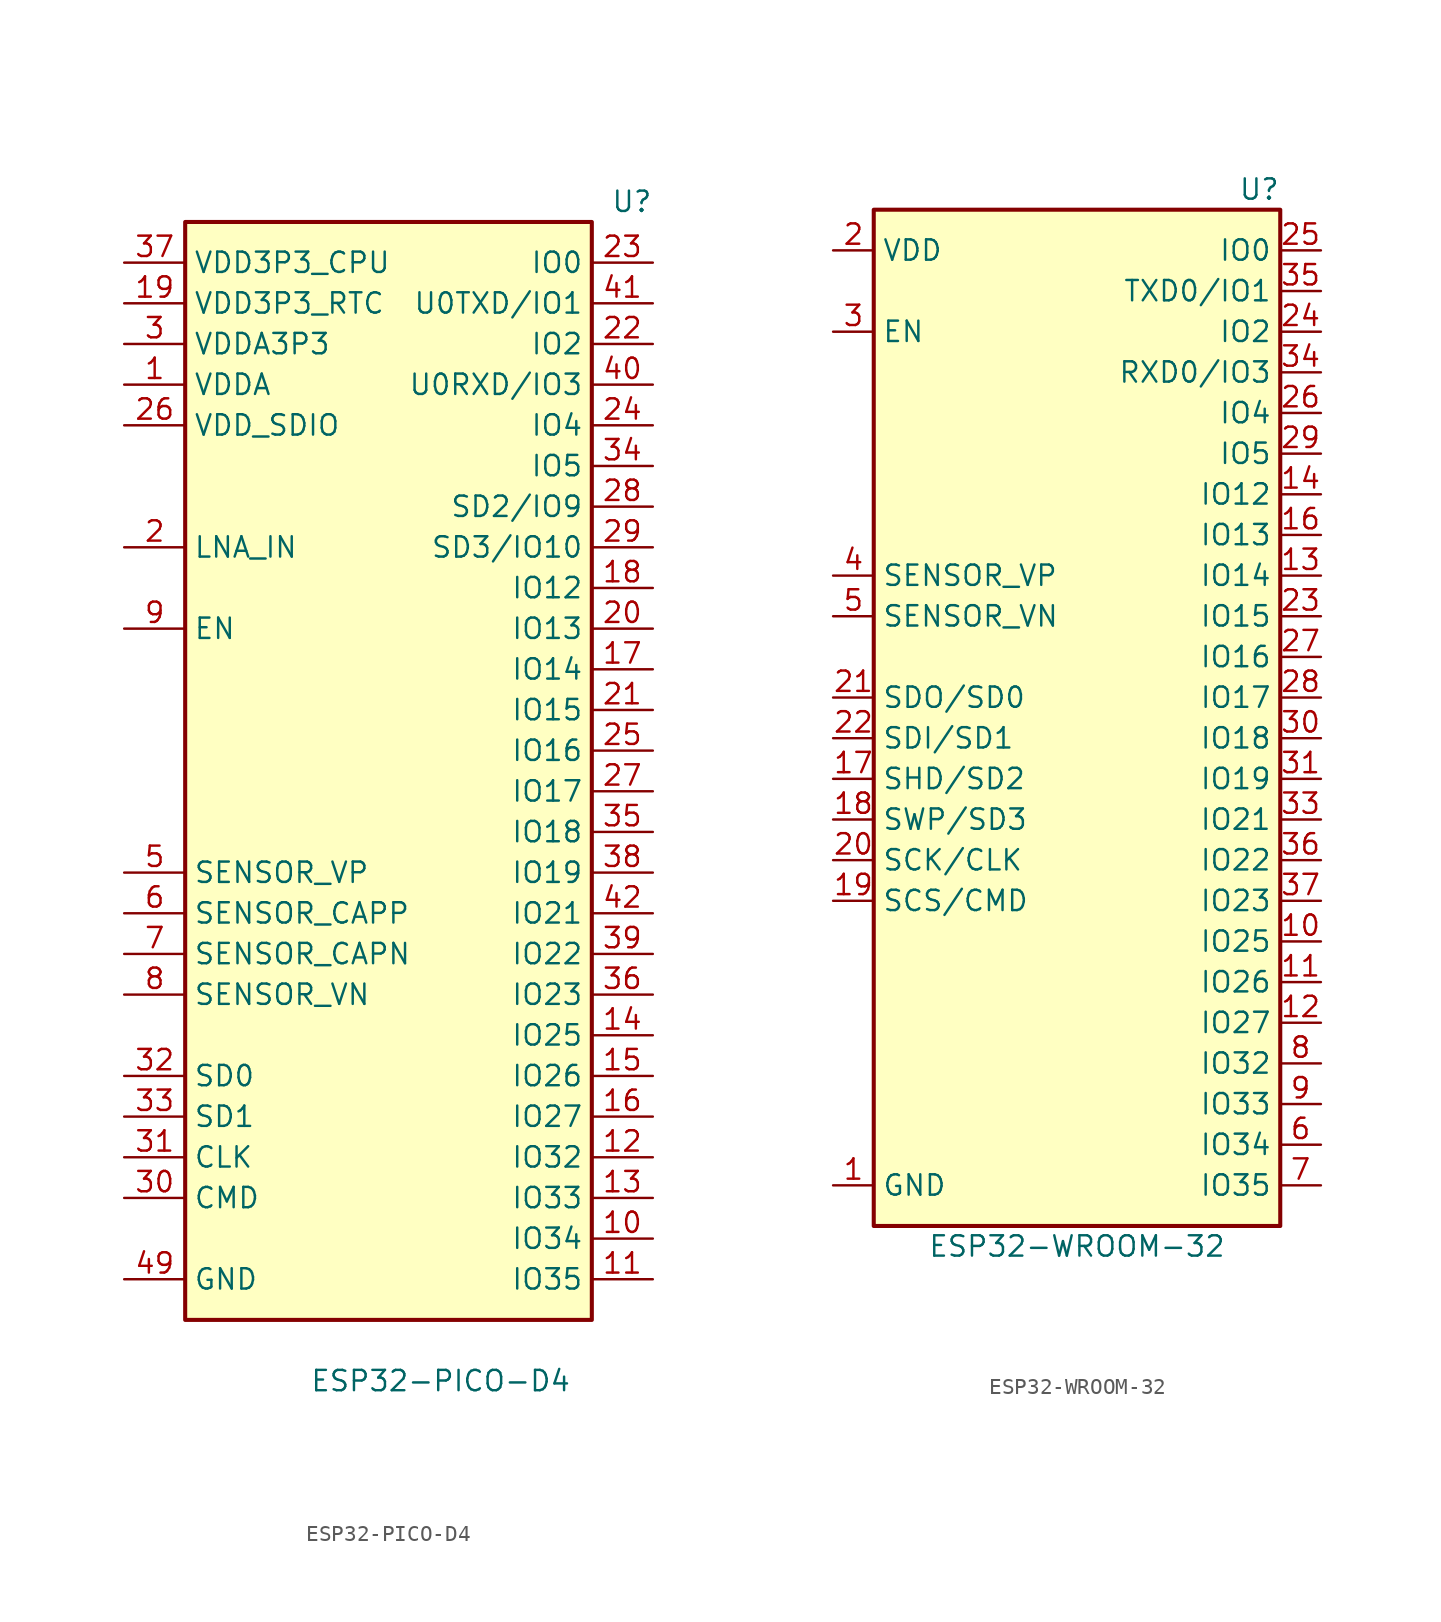
<source format=kicad_sym>
(kicad_symbol_lib
  (version 20211014)
  (generator kicad_symbol_editor)
  (symbol "ESP32-PICO-D4"
    (property "Reference" "U"
      (at 16.51 34.29 0)
      (effects (font (size 1.27 1.27)) (justify right)))
    (property "Value" "ESP32-PICO-D4"
      (at 11.43 -39.37 0)
      (effects (font (size 1.27 1.27)) (justify right)))
    (symbol "ESP32-PICO-D4_0_0"
      (pin power_in line (at -16.51 22.86 0) (length 3.81) (name "VDDA" (effects (font (size 1.27 1.27)))) (number "1" (effects (font (size 1.27 1.27)))))
      (pin input line (at 16.51 -30.48 180) (length 3.81) (name "IO34" (effects (font (size 1.27 1.27)))) (number "10" (effects (font (size 1.27 1.27)))))
      (pin input line (at 16.51 -33.02 180) (length 3.81) (name "IO35" (effects (font (size 1.27 1.27)))) (number "11" (effects (font (size 1.27 1.27)))))
      (pin bidirectional line (at 16.51 -25.4 180) (length 3.81) (name "IO32" (effects (font (size 1.27 1.27)))) (number "12" (effects (font (size 1.27 1.27)))))
      (pin bidirectional line (at 16.51 -27.94 180) (length 3.81) (name "IO33" (effects (font (size 1.27 1.27)))) (number "13" (effects (font (size 1.27 1.27)))))
      (pin bidirectional line (at 16.51 -17.78 180) (length 3.81) (name "IO25" (effects (font (size 1.27 1.27)))) (number "14" (effects (font (size 1.27 1.27)))))
      (pin bidirectional line (at 16.51 -20.32 180) (length 3.81) (name "IO26" (effects (font (size 1.27 1.27)))) (number "15" (effects (font (size 1.27 1.27)))))
      (pin bidirectional line (at 16.51 -22.86 180) (length 3.81) (name "IO27" (effects (font (size 1.27 1.27)))) (number "16" (effects (font (size 1.27 1.27)))))
      (pin bidirectional line (at 16.51 5.08 180) (length 3.81) (name "IO14" (effects (font (size 1.27 1.27)))) (number "17" (effects (font (size 1.27 1.27)))))
      (pin bidirectional line (at 16.51 10.16 180) (length 3.81) (name "IO12" (effects (font (size 1.27 1.27)))) (number "18" (effects (font (size 1.27 1.27)))))
      (pin power_in line (at -16.51 27.94 0) (length 3.81) (name "VDD3P3_RTC" (effects (font (size 1.27 1.27)))) (number "19" (effects (font (size 1.27 1.27)))))
      (pin bidirectional line (at -16.51 12.7 0) (length 3.81) (name "LNA_IN" (effects (font (size 1.27 1.27)))) (number "2" (effects (font (size 1.27 1.27)))))
      (pin bidirectional line (at 16.51 7.62 180) (length 3.81) (name "IO13" (effects (font (size 1.27 1.27)))) (number "20" (effects (font (size 1.27 1.27)))))
      (pin bidirectional line (at 16.51 2.54 180) (length 3.81) (name "IO15" (effects (font (size 1.27 1.27)))) (number "21" (effects (font (size 1.27 1.27)))))
      (pin bidirectional line (at 16.51 25.4 180) (length 3.81) (name "IO2" (effects (font (size 1.27 1.27)))) (number "22" (effects (font (size 1.27 1.27)))))
      (pin bidirectional line (at 16.51 30.48 180) (length 3.81) (name "IO0" (effects (font (size 1.27 1.27)))) (number "23" (effects (font (size 1.27 1.27)))))
      (pin bidirectional line (at 16.51 20.32 180) (length 3.81) (name "IO4" (effects (font (size 1.27 1.27)))) (number "24" (effects (font (size 1.27 1.27)))))
      (pin bidirectional line (at 16.51 0 180) (length 3.81) (name "IO16" (effects (font (size 1.27 1.27)))) (number "25" (effects (font (size 1.27 1.27)))))
      (pin power_out line (at -16.51 20.32 0) (length 3.81) (name "VDD_SDIO" (effects (font (size 1.27 1.27)))) (number "26" (effects (font (size 1.27 1.27)))))
      (pin bidirectional line (at 16.51 -2.54 180) (length 3.81) (name "IO17" (effects (font (size 1.27 1.27)))) (number "27" (effects (font (size 1.27 1.27)))))
      (pin bidirectional line (at 16.51 15.24 180) (length 3.81) (name "SD2/IO9" (effects (font (size 1.27 1.27)))) (number "28" (effects (font (size 1.27 1.27)))))
      (pin bidirectional line (at 16.51 12.7 180) (length 3.81) (name "SD3/IO10" (effects (font (size 1.27 1.27)))) (number "29" (effects (font (size 1.27 1.27)))))
      (pin power_in line (at -16.51 25.4 0) (length 3.81) (name "VDDA3P3" (effects (font (size 1.27 1.27)))) (number "3" (effects (font (size 1.27 1.27)))))
      (pin bidirectional line (at -16.51 -27.94 0) (length 3.81) (name "CMD" (effects (font (size 1.27 1.27)))) (number "30" (effects (font (size 1.27 1.27)))))
      (pin bidirectional line (at -16.51 -25.4 0) (length 3.81) (name "CLK" (effects (font (size 1.27 1.27)))) (number "31" (effects (font (size 1.27 1.27)))))
      (pin bidirectional line (at -16.51 -20.32 0) (length 3.81) (name "SD0" (effects (font (size 1.27 1.27)))) (number "32" (effects (font (size 1.27 1.27)))))
      (pin bidirectional line (at -16.51 -22.86 0) (length 3.81) (name "SD1" (effects (font (size 1.27 1.27)))) (number "33" (effects (font (size 1.27 1.27)))))
      (pin bidirectional line (at 16.51 17.78 180) (length 3.81) (name "IO5" (effects (font (size 1.27 1.27)))) (number "34" (effects (font (size 1.27 1.27)))))
      (pin bidirectional line (at 16.51 -5.08 180) (length 3.81) (name "IO18" (effects (font (size 1.27 1.27)))) (number "35" (effects (font (size 1.27 1.27)))))
      (pin bidirectional line (at 16.51 -15.24 180) (length 3.81) (name "IO23" (effects (font (size 1.27 1.27)))) (number "36" (effects (font (size 1.27 1.27)))))
      (pin power_in line (at -16.51 30.48 0) (length 3.81) (name "VDD3P3_CPU" (effects (font (size 1.27 1.27)))) (number "37" (effects (font (size 1.27 1.27)))))
      (pin bidirectional line (at 16.51 -7.62 180) (length 3.81) (name "IO19" (effects (font (size 1.27 1.27)))) (number "38" (effects (font (size 1.27 1.27)))))
      (pin bidirectional line (at 16.51 -12.7 180) (length 3.81) (name "IO22" (effects (font (size 1.27 1.27)))) (number "39" (effects (font (size 1.27 1.27)))))
      (pin passive line (at -16.51 25.4 0) (length 3.81) hide (name "VDDA3P3" (effects (font (size 1.27 1.27)))) (number "4" (effects (font (size 1.27 1.27)))))
      (pin bidirectional line (at 16.51 22.86 180) (length 3.81) (name "U0RXD/IO3" (effects (font (size 1.27 1.27)))) (number "40" (effects (font (size 1.27 1.27)))))
      (pin bidirectional line (at 16.51 27.94 180) (length 3.81) (name "U0TXD/IO1" (effects (font (size 1.27 1.27)))) (number "41" (effects (font (size 1.27 1.27)))))
      (pin bidirectional line (at 16.51 -10.16 180) (length 3.81) (name "IO21" (effects (font (size 1.27 1.27)))) (number "42" (effects (font (size 1.27 1.27)))))
      (pin passive line (at -16.51 22.86 0) (length 3.81) hide (name "VDDA" (effects (font (size 1.27 1.27)))) (number "43" (effects (font (size 1.27 1.27)))))
      (pin no_connect line (at -3.81 -13.97 0) (length 3.81) hide (name "XTAL_N_NC" (effects (font (size 1.27 1.27)))) (number "44" (effects (font (size 1.27 1.27)))))
      (pin no_connect line (at -3.81 -16.51 0) (length 3.81) hide (name "XTAL_P_NC" (effects (font (size 1.27 1.27)))) (number "45" (effects (font (size 1.27 1.27)))))
      (pin passive line (at -16.51 22.86 0) (length 3.81) hide (name "VDDA" (effects (font (size 1.27 1.27)))) (number "46" (effects (font (size 1.27 1.27)))))
      (pin no_connect line (at -3.81 -19.05 0) (length 3.81) hide (name "CAP2_NC" (effects (font (size 1.27 1.27)))) (number "47" (effects (font (size 1.27 1.27)))))
      (pin no_connect line (at -3.81 -21.59 0) (length 3.81) hide (name "CAP1_NC" (effects (font (size 1.27 1.27)))) (number "48" (effects (font (size 1.27 1.27)))))
      (pin power_in line (at -16.51 -33.02 0) (length 3.81) (name "GND" (effects (font (size 1.27 1.27)))) (number "49" (effects (font (size 1.27 1.27)))))
      (pin input line (at -16.51 -7.62 0) (length 3.81) (name "SENSOR_VP" (effects (font (size 1.27 1.27)))) (number "5" (effects (font (size 1.27 1.27)))))
      (pin input line (at -16.51 -10.16 0) (length 3.81) (name "SENSOR_CAPP" (effects (font (size 1.27 1.27)))) (number "6" (effects (font (size 1.27 1.27)))))
      (pin input line (at -16.51 -12.7 0) (length 3.81) (name "SENSOR_CAPN" (effects (font (size 1.27 1.27)))) (number "7" (effects (font (size 1.27 1.27)))))
      (pin input line (at -16.51 -15.24 0) (length 3.81) (name "SENSOR_VN" (effects (font (size 1.27 1.27)))) (number "8" (effects (font (size 1.27 1.27)))))
      (pin input line (at -16.51 7.62 0) (length 3.81) (name "EN" (effects (font (size 1.27 1.27)))) (number "9" (effects (font (size 1.27 1.27))))))
    (symbol "ESP32-PICO-D4_0_1"
      (rectangle (start -12.7 33.02) (end 12.7 -35.56) (stroke (width 0.254) (type default) (color 0 0 0 0)) (fill (type background)))))
  (symbol "ESP32-WROOM-32"
    (property "Reference" "U"
      (at 12.7 34.29 0)
      (effects (font (size 1.27 1.27)) (justify right)))
    (property "Value" "ESP32-WROOM-32"
      (at 0 -31.75 0)
      (effects (font (size 1.27 1.27))))
    (symbol "ESP32-WROOM-32_0_1"
      (rectangle (start -12.7 33.02) (end 12.7 -30.48) (stroke (width 0.254) (type default) (color 0 0 0 0)) (fill (type background))))
    (symbol "ESP32-WROOM-32_1_1"
      (pin power_in line (at -15.24 -27.94 0) (length 2.54) (name "GND" (effects (font (size 1.27 1.27)))) (number "1" (effects (font (size 1.27 1.27)))))
      (pin bidirectional line (at 15.24 -12.7 180) (length 2.54) (name "IO25" (effects (font (size 1.27 1.27)))) (number "10" (effects (font (size 1.27 1.27)))))
      (pin bidirectional line (at 15.24 -15.24 180) (length 2.54) (name "IO26" (effects (font (size 1.27 1.27)))) (number "11" (effects (font (size 1.27 1.27)))))
      (pin bidirectional line (at 15.24 -17.78 180) (length 2.54) (name "IO27" (effects (font (size 1.27 1.27)))) (number "12" (effects (font (size 1.27 1.27)))))
      (pin bidirectional line (at 15.24 10.16 180) (length 2.54) (name "IO14" (effects (font (size 1.27 1.27)))) (number "13" (effects (font (size 1.27 1.27)))))
      (pin bidirectional line (at 15.24 15.24 180) (length 2.54) (name "IO12" (effects (font (size 1.27 1.27)))) (number "14" (effects (font (size 1.27 1.27)))))
      (pin passive line (at -15.24 -27.94 0) (length 2.54) hide (name "GND" (effects (font (size 1.27 1.27)))) (number "15" (effects (font (size 1.27 1.27)))))
      (pin bidirectional line (at 15.24 12.7 180) (length 2.54) (name "IO13" (effects (font (size 1.27 1.27)))) (number "16" (effects (font (size 1.27 1.27)))))
      (pin bidirectional line (at -15.24 -2.54 0) (length 2.54) (name "SHD/SD2" (effects (font (size 1.27 1.27)))) (number "17" (effects (font (size 1.27 1.27)))))
      (pin bidirectional line (at -15.24 -5.08 0) (length 2.54) (name "SWP/SD3" (effects (font (size 1.27 1.27)))) (number "18" (effects (font (size 1.27 1.27)))))
      (pin bidirectional line (at -15.24 -10.16 0) (length 2.54) (name "SCS/CMD" (effects (font (size 1.27 1.27)))) (number "19" (effects (font (size 1.27 1.27)))))
      (pin power_in line (at -15.24 30.48 0) (length 2.54) (name "VDD" (effects (font (size 1.27 1.27)))) (number "2" (effects (font (size 1.27 1.27)))))
      (pin bidirectional line (at -15.24 -7.62 0) (length 2.54) (name "SCK/CLK" (effects (font (size 1.27 1.27)))) (number "20" (effects (font (size 1.27 1.27)))))
      (pin bidirectional line (at -15.24 2.54 0) (length 2.54) (name "SDO/SD0" (effects (font (size 1.27 1.27)))) (number "21" (effects (font (size 1.27 1.27)))))
      (pin bidirectional line (at -15.24 0 0) (length 2.54) (name "SDI/SD1" (effects (font (size 1.27 1.27)))) (number "22" (effects (font (size 1.27 1.27)))))
      (pin bidirectional line (at 15.24 7.62 180) (length 2.54) (name "IO15" (effects (font (size 1.27 1.27)))) (number "23" (effects (font (size 1.27 1.27)))))
      (pin bidirectional line (at 15.24 25.4 180) (length 2.54) (name "IO2" (effects (font (size 1.27 1.27)))) (number "24" (effects (font (size 1.27 1.27)))))
      (pin bidirectional line (at 15.24 30.48 180) (length 2.54) (name "IO0" (effects (font (size 1.27 1.27)))) (number "25" (effects (font (size 1.27 1.27)))))
      (pin bidirectional line (at 15.24 20.32 180) (length 2.54) (name "IO4" (effects (font (size 1.27 1.27)))) (number "26" (effects (font (size 1.27 1.27)))))
      (pin bidirectional line (at 15.24 5.08 180) (length 2.54) (name "IO16" (effects (font (size 1.27 1.27)))) (number "27" (effects (font (size 1.27 1.27)))))
      (pin bidirectional line (at 15.24 2.54 180) (length 2.54) (name "IO17" (effects (font (size 1.27 1.27)))) (number "28" (effects (font (size 1.27 1.27)))))
      (pin bidirectional line (at 15.24 17.78 180) (length 2.54) (name "IO5" (effects (font (size 1.27 1.27)))) (number "29" (effects (font (size 1.27 1.27)))))
      (pin input line (at -15.24 25.4 0) (length 2.54) (name "EN" (effects (font (size 1.27 1.27)))) (number "3" (effects (font (size 1.27 1.27)))))
      (pin bidirectional line (at 15.24 0 180) (length 2.54) (name "IO18" (effects (font (size 1.27 1.27)))) (number "30" (effects (font (size 1.27 1.27)))))
      (pin bidirectional line (at 15.24 -2.54 180) (length 2.54) (name "IO19" (effects (font (size 1.27 1.27)))) (number "31" (effects (font (size 1.27 1.27)))))
      (pin no_connect line (at -15.24 -25.4 0) (length 2.54) hide (name "NC" (effects (font (size 1.27 1.27)))) (number "32" (effects (font (size 1.27 1.27)))))
      (pin bidirectional line (at 15.24 -5.08 180) (length 2.54) (name "IO21" (effects (font (size 1.27 1.27)))) (number "33" (effects (font (size 1.27 1.27)))))
      (pin bidirectional line (at 15.24 22.86 180) (length 2.54) (name "RXD0/IO3" (effects (font (size 1.27 1.27)))) (number "34" (effects (font (size 1.27 1.27)))))
      (pin bidirectional line (at 15.24 27.94 180) (length 2.54) (name "TXD0/IO1" (effects (font (size 1.27 1.27)))) (number "35" (effects (font (size 1.27 1.27)))))
      (pin bidirectional line (at 15.24 -7.62 180) (length 2.54) (name "IO22" (effects (font (size 1.27 1.27)))) (number "36" (effects (font (size 1.27 1.27)))))
      (pin bidirectional line (at 15.24 -10.16 180) (length 2.54) (name "IO23" (effects (font (size 1.27 1.27)))) (number "37" (effects (font (size 1.27 1.27)))))
      (pin passive line (at -15.24 -27.94 0) (length 2.54) hide (name "GND" (effects (font (size 1.27 1.27)))) (number "38" (effects (font (size 1.27 1.27)))))
      (pin input line (at -15.24 10.16 0) (length 2.54) (name "SENSOR_VP" (effects (font (size 1.27 1.27)))) (number "4" (effects (font (size 1.27 1.27)))))
      (pin input line (at -15.24 7.62 0) (length 2.54) (name "SENSOR_VN" (effects (font (size 1.27 1.27)))) (number "5" (effects (font (size 1.27 1.27)))))
      (pin input line (at 15.24 -25.4 180) (length 2.54) (name "IO34" (effects (font (size 1.27 1.27)))) (number "6" (effects (font (size 1.27 1.27)))))
      (pin input line (at 15.24 -27.94 180) (length 2.54) (name "IO35" (effects (font (size 1.27 1.27)))) (number "7" (effects (font (size 1.27 1.27)))))
      (pin bidirectional line (at 15.24 -20.32 180) (length 2.54) (name "IO32" (effects (font (size 1.27 1.27)))) (number "8" (effects (font (size 1.27 1.27)))))
      (pin bidirectional line (at 15.24 -22.86 180) (length 2.54) (name "IO33" (effects (font (size 1.27 1.27)))) (number "9" (effects (font (size 1.27 1.27))))))))
</source>
